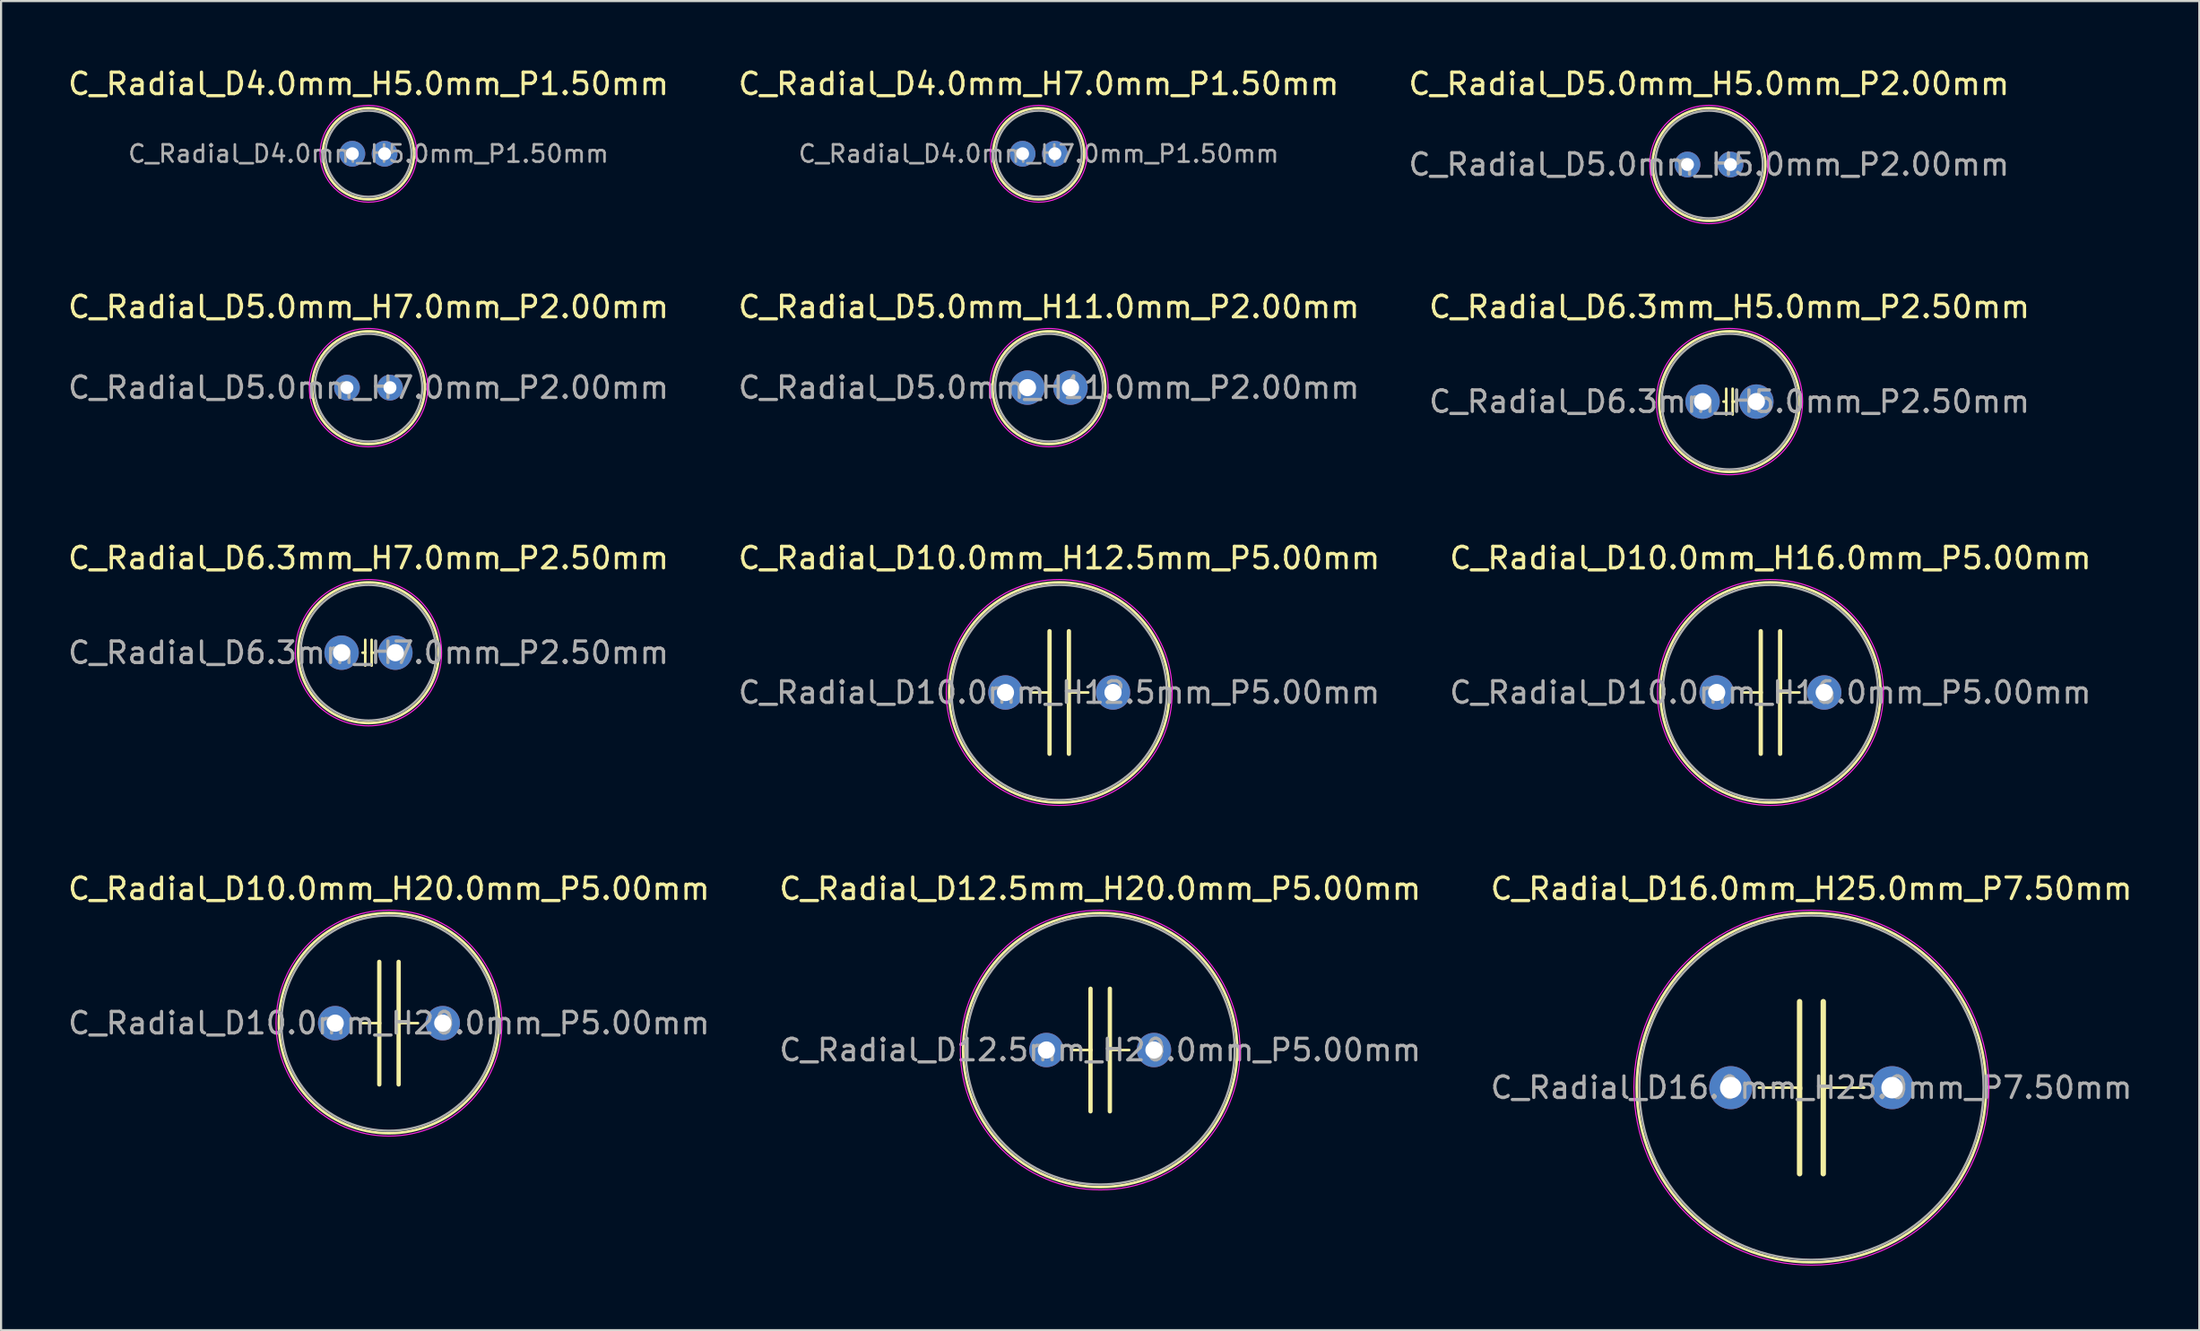
<source format=kicad_pcb>
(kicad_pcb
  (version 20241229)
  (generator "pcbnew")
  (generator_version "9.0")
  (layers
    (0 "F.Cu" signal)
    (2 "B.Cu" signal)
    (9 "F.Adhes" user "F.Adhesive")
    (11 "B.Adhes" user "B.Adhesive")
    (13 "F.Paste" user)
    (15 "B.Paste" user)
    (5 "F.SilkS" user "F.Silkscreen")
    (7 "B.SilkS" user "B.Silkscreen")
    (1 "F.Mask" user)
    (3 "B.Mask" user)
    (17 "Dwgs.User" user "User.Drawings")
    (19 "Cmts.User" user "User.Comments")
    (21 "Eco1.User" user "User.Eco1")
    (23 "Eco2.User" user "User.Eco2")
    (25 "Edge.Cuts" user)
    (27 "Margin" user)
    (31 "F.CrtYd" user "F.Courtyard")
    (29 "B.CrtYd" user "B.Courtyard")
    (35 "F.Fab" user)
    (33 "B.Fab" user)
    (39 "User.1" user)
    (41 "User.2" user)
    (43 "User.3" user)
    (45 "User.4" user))
  (footprint "C_Radial_D5.0mm_H11.0mm_P2.00mm"
    (layer "F.Cu")
    (at 44.708 14.972)
    (property "Reference" "C_Radial_D5.0mm_H11.0mm_P2.00mm" (at 1 -3.75 0) (layer "F.SilkS") (effects (font (size 1 1) (thickness 0.15))))
    (attr through_hole)
    (fp_circle (center 1 0) (end 3.62 0) (stroke (width 0.12) (type solid)) (fill no) (layer "F.SilkS"))
    (fp_circle (center 1 0) (end 3.75 0) (stroke (width 0.05) (type solid)) (fill no) (layer "F.CrtYd"))
    (fp_circle (center 1 0) (end 3.5 0) (stroke (width 0.1) (type solid)) (fill no) (layer "F.Fab"))
    (fp_text user "${REFERENCE}" (at 1 0 0) (layer "F.Fab") (effects (font (size 1 1) (thickness 0.15))))
    (pad "1" thru_hole circle (at 0 0) (size 1.6 1.6) (drill 0.8) (layers "*.Cu" "*.Mask"))
    (pad "2" thru_hole circle (at 2 0) (size 1.6 1.6) (drill 0.8) (layers "*.Cu" "*.Mask")))
  (footprint "C_Radial_D5.0mm_H7.0mm_P2.00mm"
    (layer "F.Cu")
    (at 13.077 14.972)
    (property "Reference" "C_Radial_D5.0mm_H7.0mm_P2.00mm" (at 1 -3.75 0) (layer "F.SilkS") (effects (font (size 1 1) (thickness 0.15))))
    (attr through_hole)
    (fp_circle (center 1 0) (end 3.62 0) (stroke (width 0.12) (type solid)) (fill no) (layer "F.SilkS"))
    (fp_circle (center 1 0) (end 3.75 0) (stroke (width 0.05) (type solid)) (fill no) (layer "F.CrtYd"))
    (fp_circle (center 1 0) (end 3.5 0) (stroke (width 0.1) (type solid)) (fill no) (layer "F.Fab"))
    (fp_text user "${REFERENCE}" (at 1 0 0) (layer "F.Fab") (effects (font (size 1 1) (thickness 0.15))))
    (pad "1" thru_hole circle (at 0 0) (size 1.2 1.2) (drill 0.6) (layers "*.Cu" "*.Mask"))
    (pad "2" thru_hole circle (at 2 0) (size 1.2 1.2) (drill 0.6) (layers "*.Cu" "*.Mask")))
  (footprint "C_Radial_D10.0mm_H12.5mm_P5.00mm"
    (layer "F.Cu")
    (at 43.685 29.145)
    (property "Reference" "C_Radial_D10.0mm_H12.5mm_P5.00mm" (at 2.5 -6.25 0) (layer "F.SilkS") (effects (font (size 1 1) (thickness 0.15))))
    (fp_line (start 1.15 0) (end 2.05 0) (stroke (width 0.12) (type solid)) (layer "F.SilkS"))
    (fp_line (start 2.05 0) (end 2.05 -2.85) (stroke (width 0.2) (type solid)) (layer "F.SilkS"))
    (fp_line (start 2.05 2.85) (end 2.05 0) (stroke (width 0.2) (type solid)) (layer "F.SilkS"))
    (fp_line (start 2.95 0) (end 2.95 -2.85) (stroke (width 0.2) (type solid)) (layer "F.SilkS"))
    (fp_line (start 2.95 0) (end 3.85 0) (stroke (width 0.12) (type solid)) (layer "F.SilkS"))
    (fp_line (start 2.95 2.85) (end 2.95 -0.007) (stroke (width 0.2) (type solid)) (layer "F.SilkS"))
    (fp_circle (center 2.5 0) (end 7.62 0) (stroke (width 0.12) (type solid)) (fill no) (layer "F.SilkS"))
    (fp_circle (center 2.5 0) (end 7.75 0) (stroke (width 0.05) (type solid)) (fill no) (layer "F.CrtYd"))
    (fp_circle (center 2.5 0) (end 7.5 0) (stroke (width 0.1) (type solid)) (fill no) (layer "F.Fab"))
    (fp_text user "${REFERENCE}" (at 2.5 0 0) (layer "F.Fab") (effects (font (size 1 1) (thickness 0.15))))
    (pad "1" thru_hole circle (at 0 0) (size 1.6 1.6) (drill 0.8) (layers "*.Cu" "*.Mask"))
    (pad "2" thru_hole circle (at 5 0) (size 1.6 1.6) (drill 0.8) (layers "*.Cu" "*.Mask")))
  (footprint "C_Radial_D6.3mm_H7.0mm_P2.50mm"
    (layer "F.Cu")
    (at 12.827 27.295)
    (property "Reference" "C_Radial_D6.3mm_H7.0mm_P2.50mm" (at 1.25 -4.4 0) (layer "F.SilkS") (effects (font (size 1 1) (thickness 0.15))))
    (fp_line (start 0.973 0) (end 1.1 0) (stroke (width 0.12) (type solid)) (layer "F.SilkS"))
    (fp_line (start 1.1 0) (end 1.1 -0.6) (stroke (width 0.12) (type solid)) (layer "F.SilkS"))
    (fp_line (start 1.1 0) (end 1.1 0.6) (stroke (width 0.12) (type solid)) (layer "F.SilkS"))
    (fp_line (start 1.397 0) (end 1.397 -0.6) (stroke (width 0.12) (type solid)) (layer "F.SilkS"))
    (fp_line (start 1.397 0) (end 1.397 0.6) (stroke (width 0.12) (type solid)) (layer "F.SilkS"))
    (fp_line (start 1.524 0) (end 1.397 0) (stroke (width 0.12) (type solid)) (layer "F.SilkS"))
    (fp_circle (center 1.25 0) (end 4.52 0) (stroke (width 0.12) (type solid)) (fill no) (layer "F.SilkS"))
    (fp_circle (center 1.25 0) (end 4.65 0) (stroke (width 0.05) (type solid)) (fill no) (layer "F.CrtYd"))
    (fp_circle (center 1.25 0) (end 4.4 0) (stroke (width 0.1) (type solid)) (fill no) (layer "F.Fab"))
    (fp_text user "${REFERENCE}" (at 1.25 0 0) (layer "F.Fab") (effects (font (size 1 1) (thickness 0.15))))
    (pad "1" thru_hole circle (at 0 0) (size 1.6 1.6) (drill 0.8) (layers "*.Cu" "*.Mask"))
    (pad "2" thru_hole circle (at 2.5 0) (size 1.6 1.6) (drill 0.8) (layers "*.Cu" "*.Mask")))
  (footprint "C_Radial_D12.5mm_H20.0mm_P5.00mm"
    (layer "F.Cu")
    (at 45.589 45.768)
    (property "Reference" "C_Radial_D12.5mm_H20.0mm_P5.00mm" (at 2.5 -7.5 0) (layer "F.SilkS") (effects (font (size 1 1) (thickness 0.15))))
    (fp_line (start 1.15 0) (end 2.05 0) (stroke (width 0.12) (type solid)) (layer "F.SilkS"))
    (fp_line (start 2.05 0) (end 2.05 -2.85) (stroke (width 0.2) (type solid)) (layer "F.SilkS"))
    (fp_line (start 2.05 2.85) (end 2.05 0) (stroke (width 0.2) (type solid)) (layer "F.SilkS"))
    (fp_line (start 2.95 0) (end 2.95 -2.85) (stroke (width 0.2) (type solid)) (layer "F.SilkS"))
    (fp_line (start 2.95 0) (end 3.85 0) (stroke (width 0.12) (type solid)) (layer "F.SilkS"))
    (fp_line (start 2.95 2.85) (end 2.95 -0.007) (stroke (width 0.2) (type solid)) (layer "F.SilkS"))
    (fp_circle (center 2.5 0) (end 8.87 0) (stroke (width 0.12) (type solid)) (fill no) (layer "F.SilkS"))
    (fp_circle (center 2.5 0) (end 9 0) (stroke (width 0.05) (type solid)) (fill no) (layer "F.CrtYd"))
    (fp_circle (center 2.5 0) (end 8.75 0) (stroke (width 0.1) (type solid)) (fill no) (layer "F.Fab"))
    (fp_text user "${REFERENCE}" (at 2.5 0 0) (layer "F.Fab") (effects (font (size 1 1) (thickness 0.15))))
    (pad "1" thru_hole circle (at 0 0) (size 1.6 1.6) (drill 0.8) (layers "*.Cu" "*.Mask"))
    (pad "2" thru_hole circle (at 5 0) (size 1.6 1.6) (drill 0.8) (layers "*.Cu" "*.Mask")))
  (footprint "C_Radial_D6.3mm_H5.0mm_P2.50mm"
    (layer "F.Cu")
    (at 76.089 15.621)
    (property "Reference" "C_Radial_D6.3mm_H5.0mm_P2.50mm" (at 1.25 -4.4 0) (layer "F.SilkS") (effects (font (size 1 1) (thickness 0.15))))
    (fp_line (start 0.973 0) (end 1.1 0) (stroke (width 0.12) (type solid)) (layer "F.SilkS"))
    (fp_line (start 1.1 0) (end 1.1 -0.6) (stroke (width 0.12) (type solid)) (layer "F.SilkS"))
    (fp_line (start 1.1 0) (end 1.1 0.6) (stroke (width 0.12) (type solid)) (layer "F.SilkS"))
    (fp_line (start 1.397 0) (end 1.397 -0.6) (stroke (width 0.12) (type solid)) (layer "F.SilkS"))
    (fp_line (start 1.397 0) (end 1.397 0.6) (stroke (width 0.12) (type solid)) (layer "F.SilkS"))
    (fp_line (start 1.524 0) (end 1.397 0) (stroke (width 0.12) (type solid)) (layer "F.SilkS"))
    (fp_circle (center 1.25 0) (end 4.52 0) (stroke (width 0.12) (type solid)) (fill no) (layer "F.SilkS"))
    (fp_circle (center 1.25 0) (end 4.65 0) (stroke (width 0.05) (type solid)) (fill no) (layer "F.CrtYd"))
    (fp_circle (center 1.25 0) (end 4.4 0) (stroke (width 0.1) (type solid)) (fill no) (layer "F.Fab"))
    (fp_text user "${REFERENCE}" (at 1.25 0 0) (layer "F.Fab") (effects (font (size 1 1) (thickness 0.15))))
    (pad "1" thru_hole circle (at 0 0) (size 1.6 1.6) (drill 0.8) (layers "*.Cu" "*.Mask"))
    (pad "2" thru_hole circle (at 2.5 0) (size 1.6 1.6) (drill 0.8) (layers "*.Cu" "*.Mask")))
  (footprint "C_Radial_D10.0mm_H16.0mm_P5.00mm"
    (layer "F.Cu")
    (at 76.744 29.145)
    (property "Reference" "C_Radial_D10.0mm_H16.0mm_P5.00mm" (at 2.5 -6.25 0) (layer "F.SilkS") (effects (font (size 1 1) (thickness 0.15))))
    (fp_line (start 1.15 0) (end 2.05 0) (stroke (width 0.12) (type solid)) (layer "F.SilkS"))
    (fp_line (start 2.05 0) (end 2.05 -2.85) (stroke (width 0.2) (type solid)) (layer "F.SilkS"))
    (fp_line (start 2.05 2.85) (end 2.05 0) (stroke (width 0.2) (type solid)) (layer "F.SilkS"))
    (fp_line (start 2.95 0) (end 2.95 -2.85) (stroke (width 0.2) (type solid)) (layer "F.SilkS"))
    (fp_line (start 2.95 0) (end 3.85 0) (stroke (width 0.12) (type solid)) (layer "F.SilkS"))
    (fp_line (start 2.95 2.85) (end 2.95 -0.007) (stroke (width 0.2) (type solid)) (layer "F.SilkS"))
    (fp_circle (center 2.5 0) (end 7.62 0) (stroke (width 0.12) (type solid)) (fill no) (layer "F.SilkS"))
    (fp_circle (center 2.5 0) (end 7.75 0) (stroke (width 0.05) (type solid)) (fill no) (layer "F.CrtYd"))
    (fp_circle (center 2.5 0) (end 7.5 0) (stroke (width 0.1) (type solid)) (fill no) (layer "F.Fab"))
    (fp_text user "${REFERENCE}" (at 2.5 0 0) (layer "F.Fab") (effects (font (size 1 1) (thickness 0.15))))
    (pad "1" thru_hole circle (at 0 0) (size 1.6 1.6) (drill 0.8) (layers "*.Cu" "*.Mask"))
    (pad "2" thru_hole circle (at 5 0) (size 1.6 1.6) (drill 0.8) (layers "*.Cu" "*.Mask")))
  (footprint "C_Radial_D16.0mm_H25.0mm_P7.50mm"
    (layer "F.Cu")
    (at 77.399 47.518)
    (property "Reference" "C_Radial_D16.0mm_H25.0mm_P7.50mm" (at 3.75 -9.25 0) (layer "F.SilkS") (effects (font (size 1 1) (thickness 0.15))))
    (fp_line (start 1.3 0) (end 3.2 0) (stroke (width 0.12) (type solid)) (layer "F.SilkS"))
    (fp_line (start 3.2 0.05) (end 3.2 -4) (stroke (width 0.25) (type solid)) (layer "F.SilkS"))
    (fp_line (start 3.2 4) (end 3.2 0) (stroke (width 0.25) (type solid)) (layer "F.SilkS"))
    (fp_line (start 4.3 0) (end 6.2 0) (stroke (width 0.12) (type solid)) (layer "F.SilkS"))
    (fp_line (start 4.3 0.05) (end 4.3 -4) (stroke (width 0.25) (type solid)) (layer "F.SilkS"))
    (fp_line (start 4.3 4) (end 4.3 0) (stroke (width 0.25) (type solid)) (layer "F.SilkS"))
    (fp_circle (center 3.75 0) (end 11.87 0) (stroke (width 0.12) (type solid)) (fill no) (layer "F.SilkS"))
    (fp_circle (center 3.75 0) (end 12 0) (stroke (width 0.05) (type solid)) (fill no) (layer "F.CrtYd"))
    (fp_circle (center 3.75 0) (end 11.75 0) (stroke (width 0.1) (type solid)) (fill no) (layer "F.Fab"))
    (fp_text user "${REFERENCE}" (at 3.75 0 0) (layer "F.Fab") (effects (font (size 1 1) (thickness 0.15))))
    (pad "1" thru_hole circle (at 0 0) (size 2 2) (drill 1) (layers "*.Cu" "*.Mask"))
    (pad "2" thru_hole circle (at 7.5 0) (size 2 2) (drill 1) (layers "*.Cu" "*.Mask")))
  (footprint "C_Radial_D5.0mm_H5.0mm_P2.00mm"
    (layer "F.Cu")
    (at 75.387 4.598)
    (property "Reference" "C_Radial_D5.0mm_H5.0mm_P2.00mm" (at 1 -3.75 0) (layer "F.SilkS") (effects (font (size 1 1) (thickness 0.15))))
    (attr through_hole)
    (fp_circle (center 1 0) (end 3.62 0) (stroke (width 0.12) (type solid)) (fill no) (layer "F.SilkS"))
    (fp_circle (center 1 0) (end 3.75 0) (stroke (width 0.05) (type solid)) (fill no) (layer "F.CrtYd"))
    (fp_circle (center 1 0) (end 3.5 0) (stroke (width 0.1) (type solid)) (fill no) (layer "F.Fab"))
    (fp_text user "${REFERENCE}" (at 1 0 0) (layer "F.Fab") (effects (font (size 1 1) (thickness 0.15))))
    (pad "1" thru_hole circle (at 0 0) (size 1.2 1.2) (drill 0.6) (layers "*.Cu" "*.Mask"))
    (pad "2" thru_hole circle (at 2 0) (size 1.2 1.2) (drill 0.6) (layers "*.Cu" "*.Mask")))
  (footprint "C_Radial_D4.0mm_H7.0mm_P1.50mm"
    (layer "F.Cu")
    (at 44.482 4.098)
    (property "Reference" "C_Radial_D4.0mm_H7.0mm_P1.50mm" (at 0.75 -3.25 0) (layer "F.SilkS") (effects (font (size 1 1) (thickness 0.15))))
    (attr through_hole)
    (fp_circle (center 0.75 0) (end 2.87 0) (stroke (width 0.12) (type solid)) (fill no) (layer "F.SilkS"))
    (fp_circle (center 0.75 0) (end 3 0) (stroke (width 0.05) (type solid)) (fill no) (layer "F.CrtYd"))
    (fp_circle (center 0.75 0) (end 2.75 0) (stroke (width 0.1) (type solid)) (fill no) (layer "F.Fab"))
    (fp_text user "${REFERENCE}" (at 0.75 0 0) (layer "F.Fab") (effects (font (size 0.8 0.8) (thickness 0.12))))
    (pad "1" thru_hole circle (at 0 0) (size 1.2 1.2) (drill 0.6) (layers "*.Cu" "*.Mask"))
    (pad "2" thru_hole circle (at 1.5 0) (size 1.2 1.2) (drill 0.6) (layers "*.Cu" "*.Mask")))
  (footprint "C_Radial_D10.0mm_H20.0mm_P5.00mm"
    (layer "F.Cu")
    (at 12.53 44.518)
    (property "Reference" "C_Radial_D10.0mm_H20.0mm_P5.00mm" (at 2.5 -6.25 0) (layer "F.SilkS") (effects (font (size 1 1) (thickness 0.15))))
    (fp_line (start 1.15 0) (end 2.05 0) (stroke (width 0.12) (type solid)) (layer "F.SilkS"))
    (fp_line (start 2.05 0) (end 2.05 -2.85) (stroke (width 0.2) (type solid)) (layer "F.SilkS"))
    (fp_line (start 2.05 2.85) (end 2.05 0) (stroke (width 0.2) (type solid)) (layer "F.SilkS"))
    (fp_line (start 2.95 0) (end 2.95 -2.85) (stroke (width 0.2) (type solid)) (layer "F.SilkS"))
    (fp_line (start 2.95 0) (end 3.85 0) (stroke (width 0.12) (type solid)) (layer "F.SilkS"))
    (fp_line (start 2.95 2.85) (end 2.95 -0.007) (stroke (width 0.2) (type solid)) (layer "F.SilkS"))
    (fp_circle (center 2.5 0) (end 7.62 0) (stroke (width 0.12) (type solid)) (fill no) (layer "F.SilkS"))
    (fp_circle (center 2.5 0) (end 7.75 0) (stroke (width 0.05) (type solid)) (fill no) (layer "F.CrtYd"))
    (fp_circle (center 2.5 0) (end 7.5 0) (stroke (width 0.1) (type solid)) (fill no) (layer "F.Fab"))
    (fp_text user "${REFERENCE}" (at 2.5 0 0) (layer "F.Fab") (effects (font (size 1 1) (thickness 0.15))))
    (pad "1" thru_hole circle (at 0 0) (size 1.6 1.6) (drill 0.8) (layers "*.Cu" "*.Mask"))
    (pad "2" thru_hole circle (at 5 0) (size 1.6 1.6) (drill 0.8) (layers "*.Cu" "*.Mask")))
  (footprint "C_Radial_D4.0mm_H5.0mm_P1.50mm"
    (layer "F.Cu")
    (at 13.327 4.098)
    (property "Reference" "C_Radial_D4.0mm_H5.0mm_P1.50mm" (at 0.75 -3.25 0) (layer "F.SilkS") (effects (font (size 1 1) (thickness 0.15))))
    (attr through_hole)
    (fp_circle (center 0.75 0) (end 2.87 0) (stroke (width 0.12) (type solid)) (fill no) (layer "F.SilkS"))
    (fp_circle (center 0.75 0) (end 3 0) (stroke (width 0.05) (type solid)) (fill no) (layer "F.CrtYd"))
    (fp_circle (center 0.75 0) (end 2.75 0) (stroke (width 0.1) (type solid)) (fill no) (layer "F.Fab"))
    (fp_text user "${REFERENCE}" (at 0.75 0 0) (layer "F.Fab") (effects (font (size 0.8 0.8) (thickness 0.12))))
    (pad "1" thru_hole circle (at 0 0) (size 1.2 1.2) (drill 0.6) (layers "*.Cu" "*.Mask"))
    (pad "2" thru_hole circle (at 1.5 0) (size 1.2 1.2) (drill 0.6) (layers "*.Cu" "*.Mask")))
  (gr_rect
    (start -3 -3)
    (end 99.179 58.793)
    (stroke (width 0.1) (type default))
    (fill no)
    (layer "Edge.Cuts")))
</source>
